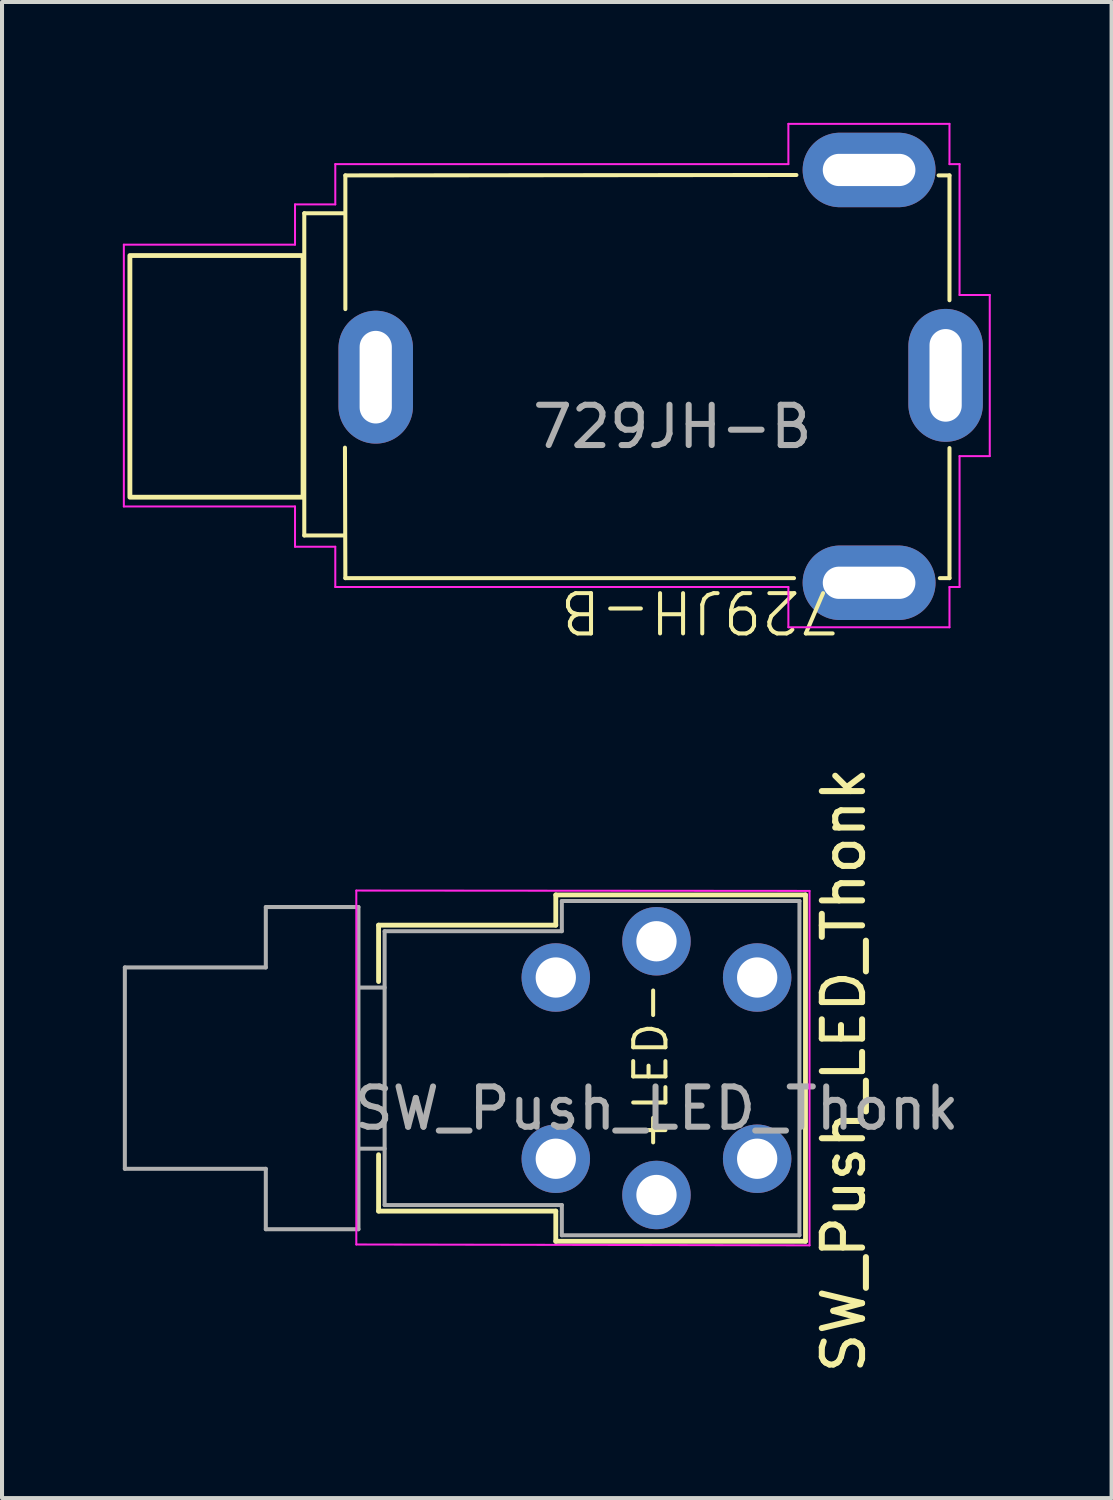
<source format=kicad_pcb>
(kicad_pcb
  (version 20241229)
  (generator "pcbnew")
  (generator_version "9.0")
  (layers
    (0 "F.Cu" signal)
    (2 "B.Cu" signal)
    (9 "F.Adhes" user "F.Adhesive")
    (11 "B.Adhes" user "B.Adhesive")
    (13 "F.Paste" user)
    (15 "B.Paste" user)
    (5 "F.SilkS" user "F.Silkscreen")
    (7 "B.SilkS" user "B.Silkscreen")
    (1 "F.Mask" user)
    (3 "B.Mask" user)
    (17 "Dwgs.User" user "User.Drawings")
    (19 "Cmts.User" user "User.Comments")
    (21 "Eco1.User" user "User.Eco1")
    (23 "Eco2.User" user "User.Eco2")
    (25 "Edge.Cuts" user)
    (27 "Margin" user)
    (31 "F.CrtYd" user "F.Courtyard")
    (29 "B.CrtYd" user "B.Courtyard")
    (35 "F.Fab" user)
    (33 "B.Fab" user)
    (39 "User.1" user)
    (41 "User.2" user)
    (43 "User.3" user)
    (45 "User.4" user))
  (footprint "SW_Push_LED_Thonk"
    (layer "F.Cu")
    (at 10.75 21.221)
    (property "Reference" "SW_Push_LED_Thonk" (at 7.15 2.3 90) (layer "F.SilkS") (effects (font (size 1 1) (thickness 0.15))))
    (attr through_hole)
    (fp_line (start -4.4 -1.3) (end -4.4 0.1) (stroke (width 0.12) (type solid)) (layer "F.SilkS"))
    (fp_line (start -4.4 5.8) (end -4.4 4.4) (stroke (width 0.12) (type solid)) (layer "F.SilkS"))
    (fp_line (start 0 -2.05) (end 6.2 -2.05) (stroke (width 0.12) (type solid)) (layer "F.SilkS"))
    (fp_line (start 0 -1.3) (end -4.4 -1.3) (stroke (width 0.12) (type solid)) (layer "F.SilkS"))
    (fp_line (start 0 -1.3) (end 0 -2.05) (stroke (width 0.12) (type solid)) (layer "F.SilkS"))
    (fp_line (start 0 5.8) (end -4.4 5.8) (stroke (width 0.12) (type solid)) (layer "F.SilkS"))
    (fp_line (start 0 6.55) (end 0 5.8) (stroke (width 0.12) (type solid)) (layer "F.SilkS"))
    (fp_line (start 6.2 -2.05) (end 6.2 6.55) (stroke (width 0.12) (type solid)) (layer "F.SilkS"))
    (fp_line (start 6.2 6.55) (end 0 6.55) (stroke (width 0.12) (type solid)) (layer "F.SilkS"))
    (fp_line (start -4.953 6.629) (end -4.953 -2.159) (stroke (width 0.05) (type solid)) (layer "F.CrtYd"))
    (fp_line (start 6.3 -2.15) (end -4.953 -2.159) (stroke (width 0.05) (type solid)) (layer "F.CrtYd"))
    (fp_line (start 6.3 -2.15) (end 6.3 6.65) (stroke (width 0.05) (type solid)) (layer "F.CrtYd"))
    (fp_line (start 6.3 6.65) (end -4.953 6.629) (stroke (width 0.05) (type solid)) (layer "F.CrtYd"))
    (fp_line (start -10.7 -0.25) (end -10.7 4.75) (stroke (width 0.1) (type solid)) (layer "F.Fab"))
    (fp_line (start -10.7 4.75) (end -7.2 4.75) (stroke (width 0.1) (type solid)) (layer "F.Fab"))
    (fp_line (start -7.2 -1.75) (end -7.2 -0.25) (stroke (width 0.1) (type solid)) (layer "F.Fab"))
    (fp_line (start -7.2 -0.25) (end -10.7 -0.25) (stroke (width 0.1) (type solid)) (layer "F.Fab"))
    (fp_line (start -7.2 4.75) (end -7.2 6.25) (stroke (width 0.1) (type solid)) (layer "F.Fab"))
    (fp_line (start -7.2 6.25) (end -4.9 6.25) (stroke (width 0.1) (type solid)) (layer "F.Fab"))
    (fp_line (start -4.9 -1.75) (end -7.2 -1.75) (stroke (width 0.1) (type solid)) (layer "F.Fab"))
    (fp_line (start -4.9 0.25) (end -4.25 0.25) (stroke (width 0.1) (type solid)) (layer "F.Fab"))
    (fp_line (start -4.9 4.25) (end -4.25 4.25) (stroke (width 0.1) (type solid)) (layer "F.Fab"))
    (fp_line (start -4.9 6.25) (end -4.9 -1.75) (stroke (width 0.1) (type solid)) (layer "F.Fab"))
    (fp_line (start -4.25 -1.15) (end -4.25 5.65) (stroke (width 0.1) (type solid)) (layer "F.Fab"))
    (fp_line (start -4.25 5.65) (end 0.15 5.65) (stroke (width 0.1) (type solid)) (layer "F.Fab"))
    (fp_line (start 0.15 -1.9) (end 0.15 -1.15) (stroke (width 0.1) (type solid)) (layer "F.Fab"))
    (fp_line (start 0.15 -1.15) (end -4.25 -1.15) (stroke (width 0.1) (type solid)) (layer "F.Fab"))
    (fp_line (start 0.15 5.65) (end 0.15 6.4) (stroke (width 0.1) (type solid)) (layer "F.Fab"))
    (fp_line (start 0.15 6.4) (end 6.05 6.4) (stroke (width 0.1) (type solid)) (layer "F.Fab"))
    (fp_line (start 6.05 -1.9) (end 0.15 -1.9) (stroke (width 0.1) (type solid)) (layer "F.Fab"))
    (fp_line (start 6.05 6.4) (end 6.05 -1.9) (stroke (width 0.1) (type solid)) (layer "F.Fab"))
    (fp_text user "+LED-" (at 2.825 4.35 90) (unlocked yes) (layer "F.SilkS") (effects (font (size 0.8 0.8) (thickness 0.1)) (justify left bottom)))
    (fp_text user "${REFERENCE}" (at 2.5 3.25 0) (layer "F.Fab") (effects (font (size 1 1) (thickness 0.15))))
    (pad "1" thru_hole circle (at 0 4.5) (size 1.7 1.7) (drill 1) (layers "*.Cu" "*.Mask"))
    (pad "2" thru_hole circle (at 0 0) (size 1.7 1.7) (drill 1) (layers "*.Cu" "*.Mask"))
    (pad "3" thru_hole circle (at 5 4.5) (size 1.7 1.7) (drill 1) (layers "*.Cu" "*.Mask"))
    (pad "4" thru_hole circle (at 5 0) (size 1.7 1.7) (drill 1) (layers "*.Cu" "*.Mask"))
    (pad "L1" thru_hole circle (at 2.5 5.4) (size 1.7 1.7) (drill 1) (layers "*.Cu" "*.Mask"))
    (pad "L2" thru_hole circle (at 2.5 -0.9) (size 1.7 1.7) (drill 1) (layers "*.Cu" "*.Mask")))
  (footprint "729JH-B"
    (layer "F.Cu")
    (at 13.645 5.045)
    (property "Reference" "729JH-B" (at 0.67 7.09 180) (unlocked yes) (layer "F.SilkS") (effects (font (size 1 1) (thickness 0.1))))
    (attr through_hole)
    (fp_line (start -9.14 -2.8) (end -9.14 5.2) (stroke (width 0.1) (type default)) (layer "F.SilkS"))
    (fp_line (start -9.14 5.2) (end -8.14 5.2) (stroke (width 0.1) (type default)) (layer "F.SilkS"))
    (fp_line (start -8.14 -2.8) (end -9.14 -2.8) (stroke (width 0.1) (type default)) (layer "F.SilkS"))
    (fp_line (start -8.13 3.02) (end -8.12 6.26) (stroke (width 0.1) (type default)) (layer "F.SilkS"))
    (fp_line (start -8.12 -3.74) (end -8.12 -0.42) (stroke (width 0.1) (type default)) (layer "F.SilkS"))
    (fp_line (start -8.12 6.26) (end 3.02 6.26) (stroke (width 0.1) (type default)) (layer "F.SilkS"))
    (fp_line (start 3.08 -3.75) (end -8.12 -3.74) (stroke (width 0.1) (type default)) (layer "F.SilkS"))
    (fp_line (start 6.64 6.26) (end 6.88 6.26) (stroke (width 0.1) (type default)) (layer "F.SilkS"))
    (fp_line (start 6.88 -3.74) (end 6.61 -3.74) (stroke (width 0.1) (type default)) (layer "F.SilkS"))
    (fp_line (start 6.88 -0.64) (end 6.88 -3.74) (stroke (width 0.1) (type default)) (layer "F.SilkS"))
    (fp_line (start 6.88 6.26) (end 6.88 3.03) (stroke (width 0.1) (type default)) (layer "F.SilkS"))
    (fp_rect (start -9.17 4.25) (end -13.47 -1.75) (stroke (width 0.12) (type solid)) (fill no) (layer "F.SilkS"))
    (fp_line (start -13.62 -2.02) (end -13.62 4.48) (stroke (width 0.05) (type solid)) (layer "F.CrtYd"))
    (fp_line (start -13.62 4.48) (end -9.37 4.48) (stroke (width 0.05) (type solid)) (layer "F.CrtYd"))
    (fp_line (start -9.37 -3.02) (end -9.37 -2.02) (stroke (width 0.05) (type solid)) (layer "F.CrtYd"))
    (fp_line (start -9.37 -2.02) (end -13.62 -2.02) (stroke (width 0.05) (type solid)) (layer "F.CrtYd"))
    (fp_line (start -9.37 4.48) (end -9.37 5.48) (stroke (width 0.05) (type solid)) (layer "F.CrtYd"))
    (fp_line (start -9.37 5.48) (end -8.37 5.48) (stroke (width 0.05) (type solid)) (layer "F.CrtYd"))
    (fp_line (start -8.37 -4.02) (end -8.37 -3.02) (stroke (width 0.05) (type solid)) (layer "F.CrtYd"))
    (fp_line (start -8.37 -3.02) (end -9.37 -3.02) (stroke (width 0.05) (type solid)) (layer "F.CrtYd"))
    (fp_line (start -8.37 5.48) (end -8.37 6.48) (stroke (width 0.05) (type solid)) (layer "F.CrtYd"))
    (fp_line (start -8.37 6.48) (end 2.88 6.48) (stroke (width 0.05) (type solid)) (layer "F.CrtYd"))
    (fp_line (start 2.88 -5.02) (end 2.88 -4.02) (stroke (width 0.05) (type solid)) (layer "F.CrtYd"))
    (fp_line (start 2.88 -4.02) (end -8.37 -4.02) (stroke (width 0.05) (type solid)) (layer "F.CrtYd"))
    (fp_line (start 2.88 6.48) (end 2.88 7.48) (stroke (width 0.05) (type solid)) (layer "F.CrtYd"))
    (fp_line (start 2.88 7.48) (end 6.88 7.48) (stroke (width 0.05) (type solid)) (layer "F.CrtYd"))
    (fp_line (start 6.88 -5.02) (end 2.88 -5.02) (stroke (width 0.05) (type solid)) (layer "F.CrtYd"))
    (fp_line (start 6.88 -4.02) (end 6.88 -5.02) (stroke (width 0.05) (type solid)) (layer "F.CrtYd"))
    (fp_line (start 6.88 6.48) (end 7.13 6.48) (stroke (width 0.05) (type solid)) (layer "F.CrtYd"))
    (fp_line (start 6.88 7.48) (end 6.88 6.48) (stroke (width 0.05) (type solid)) (layer "F.CrtYd"))
    (fp_line (start 7.13 -4.02) (end 6.88 -4.02) (stroke (width 0.05) (type solid)) (layer "F.CrtYd"))
    (fp_line (start 7.13 -0.77) (end 7.13 -4.02) (stroke (width 0.05) (type solid)) (layer "F.CrtYd"))
    (fp_line (start 7.13 3.23) (end 7.88 3.23) (stroke (width 0.05) (type solid)) (layer "F.CrtYd"))
    (fp_line (start 7.13 6.48) (end 7.13 3.23) (stroke (width 0.05) (type solid)) (layer "F.CrtYd"))
    (fp_line (start 7.88 -0.77) (end 7.13 -0.77) (stroke (width 0.05) (type solid)) (layer "F.CrtYd"))
    (fp_line (start 7.88 3.23) (end 7.88 -0.77) (stroke (width 0.05) (type solid)) (layer "F.CrtYd"))
    (fp_text user "${REFERENCE}" (at 0 2.5 0) (unlocked yes) (layer "F.Fab") (effects (font (size 1 1) (thickness 0.15))))
    (pad "1" thru_hole oval (at -7.366 1.27 180) (size 1.85 3.3) (drill oval 0.8 2.3) (layers "*.Cu" "*.Mask"))
    (pad "2" thru_hole oval (at 4.884 -3.875 180) (size 3.3 1.85) (drill oval 2.3 0.8) (layers "*.Cu" "*.Mask"))
    (pad "3" thru_hole oval (at 6.784 1.225 180) (size 1.85 3.3) (drill oval 0.8 2.3) (layers "*.Cu" "*.Mask"))
    (pad "4" thru_hole oval (at 4.884 6.375 180) (size 3.3 1.85) (drill oval 2.3 0.8) (layers "*.Cu" "*.Mask")))
  (gr_rect
    (start -3 -3)
    (end 24.55 34.146)
    (stroke (width 0.1) (type default))
    (fill no)
    (layer "Edge.Cuts")))
</source>
